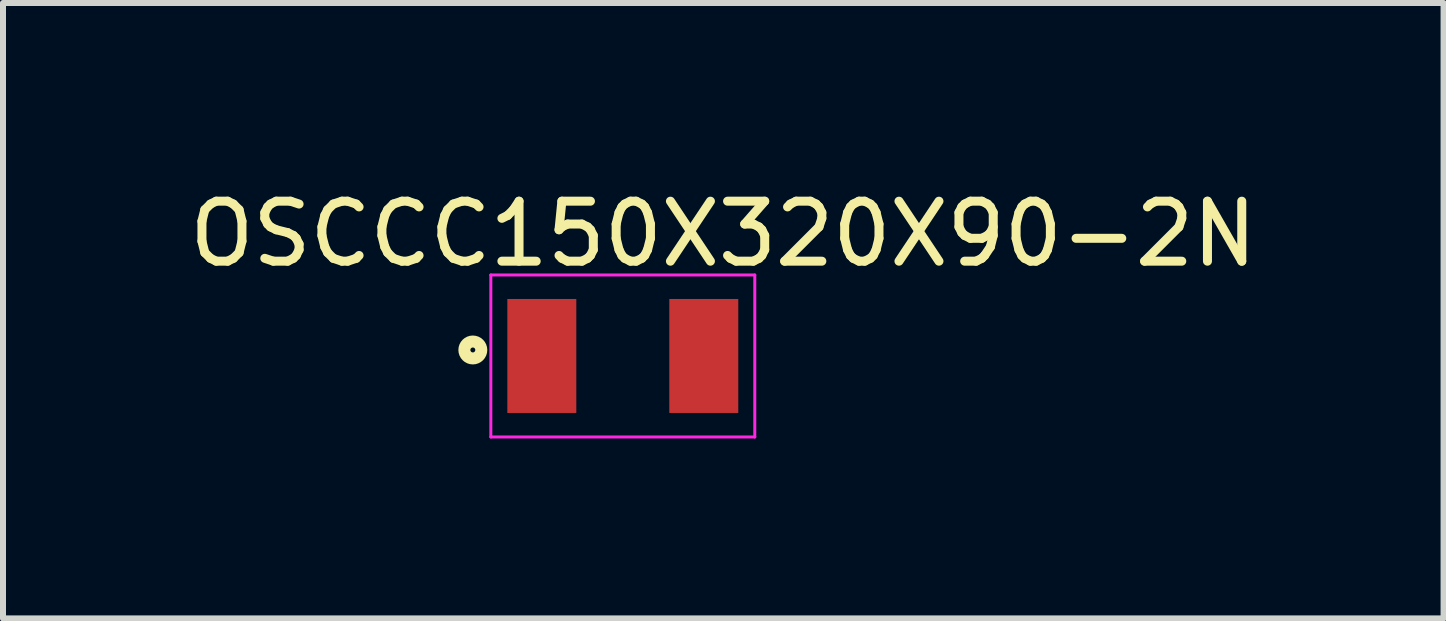
<source format=kicad_pcb>
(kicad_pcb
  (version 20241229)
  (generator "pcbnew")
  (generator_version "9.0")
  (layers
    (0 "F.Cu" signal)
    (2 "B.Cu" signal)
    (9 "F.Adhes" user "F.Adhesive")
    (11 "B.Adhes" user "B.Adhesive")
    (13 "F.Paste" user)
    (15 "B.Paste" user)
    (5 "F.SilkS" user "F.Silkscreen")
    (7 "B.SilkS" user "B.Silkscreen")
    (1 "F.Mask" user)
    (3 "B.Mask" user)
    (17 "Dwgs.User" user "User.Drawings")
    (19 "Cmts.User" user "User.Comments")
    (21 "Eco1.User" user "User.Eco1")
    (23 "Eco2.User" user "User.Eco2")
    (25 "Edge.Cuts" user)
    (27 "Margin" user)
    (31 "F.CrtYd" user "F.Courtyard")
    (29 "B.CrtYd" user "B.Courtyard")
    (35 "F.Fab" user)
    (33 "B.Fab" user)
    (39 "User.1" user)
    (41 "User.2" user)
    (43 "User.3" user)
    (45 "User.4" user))
  (footprint "OSCCC150X320X90-2N"
    (layer "F.Cu")
    (at 7.332 2.884)
    (property "Reference" "OSCCC150X320X90-2N" (at 1.675 -2.035 0) (layer "F.SilkS") (effects (font (size 1 1) (thickness 0.15))))
    (attr smd)
    (fp_circle (center -2.5 -0.1) (end -2.359 -0.1) (stroke (width 0.2) (type solid)) (fill no) (layer "F.SilkS"))
    (fp_line (start -2.2 -1.35) (end 2.2 -1.35) (stroke (width 0.05) (type solid)) (layer "F.CrtYd"))
    (fp_line (start -2.2 1.35) (end -2.2 -1.35) (stroke (width 0.05) (type solid)) (layer "F.CrtYd"))
    (fp_line (start 2.2 -1.35) (end 2.2 1.35) (stroke (width 0.05) (type solid)) (layer "F.CrtYd"))
    (fp_line (start 2.2 1.35) (end -2.2 1.35) (stroke (width 0.05) (type solid)) (layer "F.CrtYd"))
    (pad "1" smd rect (at -1.35 0) (size 1.15 1.9) (layers "F.Cu" "F.Mask" "F.Paste"))
    (pad "2" smd rect (at 1.35 0) (size 1.15 1.9) (layers "F.Cu" "F.Mask" "F.Paste")))
  (gr_rect
    (start -3 -3)
    (end 21.014 7.259)
    (stroke (width 0.1) (type default))
    (fill no)
    (layer "Edge.Cuts")))
</source>
